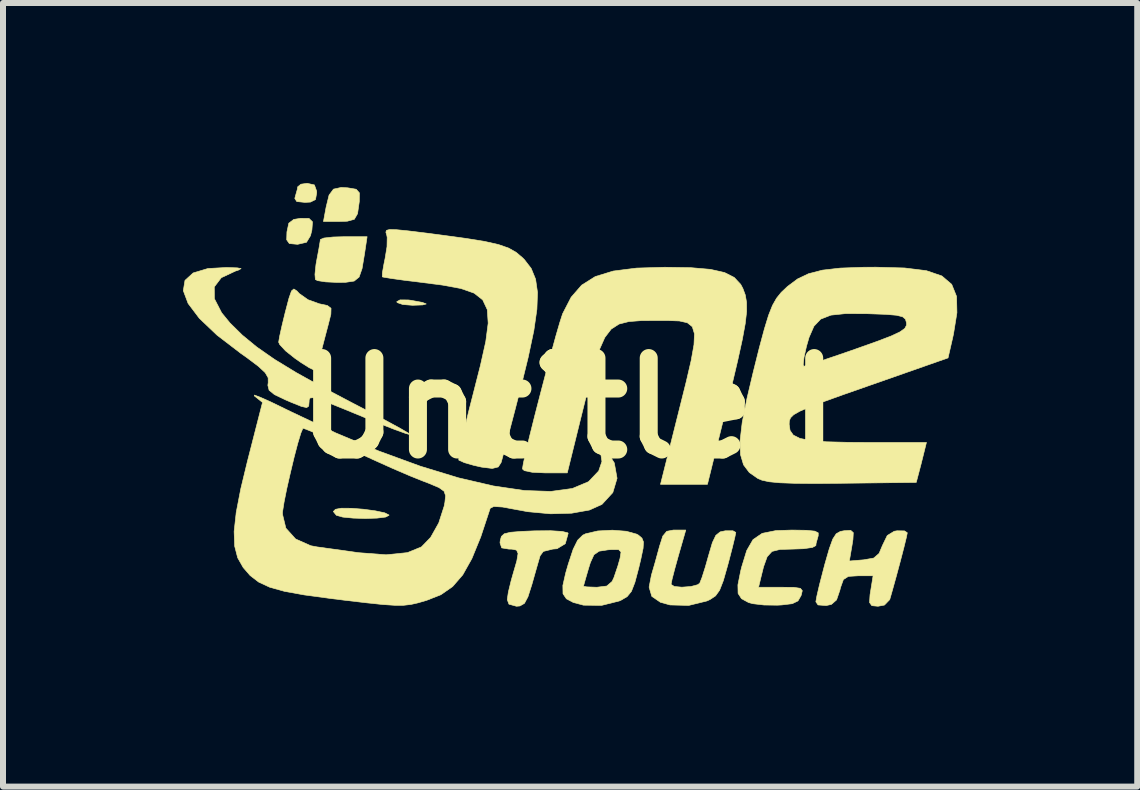
<source format=kicad_pcb>
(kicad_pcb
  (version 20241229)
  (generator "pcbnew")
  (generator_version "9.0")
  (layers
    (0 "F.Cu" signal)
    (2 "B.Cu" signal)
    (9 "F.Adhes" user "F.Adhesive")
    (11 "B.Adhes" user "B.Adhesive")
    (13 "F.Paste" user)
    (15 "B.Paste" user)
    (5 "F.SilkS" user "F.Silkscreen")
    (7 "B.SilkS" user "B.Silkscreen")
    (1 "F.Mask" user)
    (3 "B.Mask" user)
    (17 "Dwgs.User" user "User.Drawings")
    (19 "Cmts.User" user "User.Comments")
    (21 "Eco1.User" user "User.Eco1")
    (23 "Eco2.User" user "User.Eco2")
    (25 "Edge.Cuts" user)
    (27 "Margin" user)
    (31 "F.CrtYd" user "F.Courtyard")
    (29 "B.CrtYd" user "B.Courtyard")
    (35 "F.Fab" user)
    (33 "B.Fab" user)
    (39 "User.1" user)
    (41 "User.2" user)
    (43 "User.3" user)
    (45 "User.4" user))
  (footprint "Untitled"
    (layer "F.Cu")
    (at 6.419 3.752)
    (property "Reference" "Untitled" (at 0 0 0) (layer "F.SilkS") (effects (font (size 1.524 1.524) (thickness 0.3))))
    (attr through_hole)
    (fp_poly (pts (xy -2.665 -1.803) (xy -2.619 -1.797) (xy -2.429 -1.762) (xy -2.365 -1.736) (xy -2.426 -1.72) (xy -2.593 -1.714) (xy -2.756 -1.727) (xy -2.849 -1.759) (xy -2.857 -1.774) (xy -2.802 -1.804) (xy -2.665 -1.803)) (stroke (width 0.01) (type solid)) (fill yes) (layer "F.SilkS"))
    (fp_poly (pts (xy -4.319 -3.162) (xy -4.261 -3.105) (xy -4.271 -2.967) (xy -4.295 -2.873) (xy -4.361 -2.764) (xy -4.505 -2.731) (xy -4.52 -2.731) (xy -4.647 -2.743) (xy -4.691 -2.805) (xy -4.687 -2.937) (xy -4.656 -3.082) (xy -4.574 -3.145) (xy -4.461 -3.163) (xy -4.319 -3.162)) (stroke (width 0.01) (type solid)) (fill yes) (layer "F.SilkS"))
    (fp_poly (pts (xy -4.229 -3.72) (xy -4.192 -3.617) (xy -4.191 -3.588) (xy -4.211 -3.476) (xy -4.295 -3.434) (xy -4.388 -3.429) (xy -4.523 -3.443) (xy -4.556 -3.495) (xy -4.547 -3.529) (xy -4.513 -3.65) (xy -4.508 -3.688) (xy -4.454 -3.732) (xy -4.35 -3.747) (xy -4.229 -3.72)) (stroke (width 0.01) (type solid)) (fill yes) (layer "F.SilkS"))
    (fp_poly (pts (xy -3.675 -3.672) (xy -3.533 -3.648) (xy -3.479 -3.587) (xy -3.481 -3.446) (xy -3.483 -3.429) (xy -3.51 -3.241) (xy -3.564 -3.147) (xy -3.682 -3.115) (xy -3.821 -3.111) (xy -4.078 -3.111) (xy -4.034 -3.35) (xy -3.985 -3.55) (xy -3.911 -3.65) (xy -3.783 -3.678) (xy -3.675 -3.672)) (stroke (width 0.01) (type solid)) (fill yes) (layer "F.SilkS"))
    (fp_poly (pts (xy -3.612 1.669) (xy -3.409 1.685) (xy -3.211 1.712) (xy -3.057 1.745) (xy -2.986 1.781) (xy -2.985 1.785) (xy -3.041 1.815) (xy -3.186 1.833) (xy -3.379 1.839) (xy -3.582 1.833) (xy -3.756 1.816) (xy -3.863 1.786) (xy -3.864 1.785) (xy -3.914 1.723) (xy -3.878 1.686) (xy -3.782 1.668) (xy -3.612 1.669)) (stroke (width 0.01) (type solid)) (fill yes) (layer "F.SilkS"))
    (fp_poly (pts (xy -3.395 -2.564) (xy -3.435 -2.325) (xy -3.484 -2.185) (xy -3.566 -2.118) (xy -3.708 -2.097) (xy -3.845 -2.095) (xy -4.04 -2.104) (xy -4.176 -2.125) (xy -4.213 -2.144) (xy -4.22 -2.23) (xy -4.203 -2.393) (xy -4.188 -2.477) (xy -4.154 -2.658) (xy -4.133 -2.784) (xy -4.13 -2.81) (xy -4.071 -2.835) (xy -3.919 -2.852) (xy -3.739 -2.857) (xy -3.351 -2.857) (xy -3.395 -2.564)) (stroke (width 0.01) (type solid)) (fill yes) (layer "F.SilkS"))
    (fp_poly (pts (xy -4.521 -1.953) (xy -4.483 -1.911) (xy -4.336 -1.807) (xy -4.151 -1.74) (xy -4.012 -1.71) (xy -3.952 -1.664) (xy -3.955 -1.565) (xy -3.997 -1.397) (xy -4.053 -1.185) (xy -4.115 -0.947) (xy -4.126 -0.905) (xy -4.177 -0.742) (xy -4.226 -0.648) (xy -4.241 -0.638) (xy -4.315 -0.673) (xy -4.454 -0.761) (xy -4.556 -0.832) (xy -4.709 -0.954) (xy -4.806 -1.058) (xy -4.825 -1.099) (xy -4.809 -1.195) (xy -4.769 -1.376) (xy -4.714 -1.602) (xy -4.712 -1.609) (xy -4.653 -1.833) (xy -4.611 -1.953) (xy -4.572 -1.986) (xy -4.521 -1.953)) (stroke (width 0.01) (type solid)) (fill yes) (layer "F.SilkS"))
    (fp_poly (pts (xy -0.1 2.055) (xy -0.006 2.078) (xy 0 2.088) (xy -0.048 2.259) (xy -0.185 2.343) (xy -0.257 2.349) (xy -0.414 2.388) (xy -0.468 2.461) (xy -0.503 2.581) (xy -0.558 2.774) (xy -0.604 2.937) (xy -0.67 3.144) (xy -0.729 3.254) (xy -0.804 3.297) (xy -0.862 3.302) (xy -0.987 3.267) (xy -1.015 3.191) (xy -0.997 3.067) (xy -0.951 2.878) (xy -0.92 2.768) (xy -0.856 2.548) (xy -0.835 2.423) (xy -0.86 2.366) (xy -0.937 2.35) (xy -0.989 2.349) (xy -1.108 2.329) (xy -1.136 2.245) (xy -1.132 2.207) (xy -1.113 2.138) (xy -1.065 2.094) (xy -0.961 2.069) (xy -0.776 2.054) (xy -0.556 2.045) (xy -0.291 2.043) (xy -0.1 2.055)) (stroke (width 0.01) (type solid)) (fill yes) (layer "F.SilkS"))
    (fp_poly (pts (xy 3.972 2.036) (xy 4.111 2.05) (xy 4.168 2.079) (xy 4.167 2.13) (xy 4.166 2.132) (xy 4.132 2.253) (xy 4.128 2.291) (xy 4.07 2.322) (xy 3.92 2.343) (xy 3.745 2.349) (xy 3.53 2.355) (xy 3.397 2.388) (xy 3.316 2.477) (xy 3.256 2.645) (xy 3.215 2.81) (xy 3.173 2.985) (xy 3.553 2.985) (xy 3.762 2.987) (xy 3.87 3.003) (xy 3.902 3.042) (xy 3.884 3.117) (xy 3.88 3.127) (xy 3.83 3.213) (xy 3.735 3.259) (xy 3.561 3.28) (xy 3.486 3.284) (xy 3.264 3.281) (xy 3.077 3.259) (xy 3.007 3.24) (xy 2.889 3.176) (xy 2.832 3.088) (xy 2.829 2.946) (xy 2.874 2.72) (xy 2.89 2.653) (xy 2.976 2.373) (xy 3.081 2.191) (xy 3.233 2.087) (xy 3.461 2.041) (xy 3.729 2.032) (xy 3.972 2.036)) (stroke (width 0.01) (type solid)) (fill yes) (layer "F.SilkS"))
    (fp_poly (pts (xy 1.837 2.46) (xy 1.776 2.68) (xy 1.732 2.85) (xy 1.715 2.935) (xy 1.714 2.937) (xy 1.768 2.972) (xy 1.894 2.984) (xy 2.042 2.973) (xy 2.159 2.943) (xy 2.193 2.917) (xy 2.23 2.824) (xy 2.286 2.648) (xy 2.34 2.457) (xy 2.404 2.24) (xy 2.462 2.119) (xy 2.534 2.062) (xy 2.62 2.044) (xy 2.746 2.044) (xy 2.794 2.071) (xy 2.778 2.151) (xy 2.737 2.32) (xy 2.678 2.548) (xy 2.658 2.622) (xy 2.586 2.875) (xy 2.524 3.034) (xy 2.456 3.129) (xy 2.364 3.19) (xy 2.311 3.214) (xy 2.009 3.288) (xy 1.698 3.28) (xy 1.538 3.236) (xy 1.394 3.137) (xy 1.349 2.983) (xy 1.388 2.781) (xy 1.447 2.579) (xy 1.511 2.346) (xy 1.523 2.302) (xy 1.577 2.132) (xy 1.643 2.053) (xy 1.752 2.032) (xy 1.776 2.032) (xy 1.96 2.032) (xy 1.837 2.46)) (stroke (width 0.01) (type solid)) (fill yes) (layer "F.SilkS"))
    (fp_poly (pts (xy 4.752 2.075) (xy 4.746 2.19) (xy 4.731 2.285) (xy 4.686 2.548) (xy 4.926 2.528) (xy 5.092 2.499) (xy 5.182 2.421) (xy 5.239 2.286) (xy 5.318 2.123) (xy 5.434 2.052) (xy 5.482 2.044) (xy 5.606 2.046) (xy 5.652 2.077) (xy 5.636 2.156) (xy 5.595 2.324) (xy 5.537 2.547) (xy 5.471 2.793) (xy 5.406 3.027) (xy 5.359 3.191) (xy 5.271 3.282) (xy 5.163 3.302) (xy 5.061 3.292) (xy 5.023 3.24) (xy 5.031 3.11) (xy 5.041 3.048) (xy 5.082 2.794) (xy 4.833 2.794) (xy 4.67 2.804) (xy 4.587 2.857) (xy 4.539 2.99) (xy 4.529 3.032) (xy 4.473 3.196) (xy 4.387 3.271) (xy 4.3 3.29) (xy 4.164 3.28) (xy 4.128 3.227) (xy 4.145 3.131) (xy 4.188 2.946) (xy 4.25 2.706) (xy 4.277 2.603) (xy 4.352 2.343) (xy 4.41 2.182) (xy 4.467 2.094) (xy 4.536 2.055) (xy 4.6 2.043) (xy 4.709 2.037) (xy 4.752 2.075)) (stroke (width 0.01) (type solid)) (fill yes) (layer "F.SilkS"))
    (fp_poly (pts (xy 0.969 2.052) (xy 1.142 2.1) (xy 1.172 2.117) (xy 1.23 2.167) (xy 1.255 2.23) (xy 1.249 2.336) (xy 1.211 2.517) (xy 1.176 2.664) (xy 1.112 2.905) (xy 1.054 3.054) (xy 0.983 3.141) (xy 0.881 3.201) (xy 0.851 3.214) (xy 0.558 3.287) (xy 0.256 3.284) (xy 0.086 3.239) (xy -0.029 3.178) (xy -0.086 3.094) (xy -0.088 2.969) (xy 0.255 2.969) (xy 0.31 2.979) (xy 0.447 2.984) (xy 0.478 2.985) (xy 0.643 2.965) (xy 0.732 2.889) (xy 0.763 2.823) (xy 0.828 2.631) (xy 0.865 2.501) (xy 0.881 2.398) (xy 0.84 2.357) (xy 0.709 2.358) (xy 0.665 2.361) (xy 0.516 2.384) (xy 0.43 2.443) (xy 0.37 2.574) (xy 0.341 2.667) (xy 0.291 2.838) (xy 0.26 2.949) (xy 0.255 2.969) (xy -0.088 2.969) (xy -0.089 2.959) (xy -0.041 2.747) (xy 0.001 2.602) (xy 0.083 2.353) (xy 0.158 2.201) (xy 0.243 2.117) (xy 0.293 2.093) (xy 0.494 2.047) (xy 0.737 2.034) (xy 0.969 2.052)) (stroke (width 0.01) (type solid)) (fill yes) (layer "F.SilkS"))
    (fp_poly (pts (xy -5.515 -2.338) (xy -5.451 -2.326) (xy -5.489 -2.303) (xy -5.544 -2.285) (xy -5.781 -2.174) (xy -5.898 -2.02) (xy -5.896 -1.824) (xy -5.775 -1.589) (xy -5.636 -1.419) (xy -5.431 -1.217) (xy -5.19 -1.019) (xy -4.896 -0.814) (xy -4.532 -0.592) (xy -4.082 -0.342) (xy -3.588 -0.082) (xy -3.268 0.084) (xy -2.997 0.229) (xy -2.79 0.342) (xy -2.664 0.416) (xy -2.635 0.442) (xy -2.716 0.419) (xy -2.888 0.357) (xy -3.126 0.264) (xy -3.397 0.154) (xy -3.744 0.011) (xy -3.991 -0.088) (xy -4.154 -0.148) (xy -4.251 -0.174) (xy -4.3 -0.17) (xy -4.316 -0.142) (xy -4.318 -0.103) (xy -4.324 -0.034) (xy -4.358 -0.009) (xy -4.447 -0.029) (xy -4.616 -0.097) (xy -4.709 -0.137) (xy -4.894 -0.225) (xy -4.984 -0.298) (xy -5.005 -0.381) (xy -4.999 -0.424) (xy -5 -0.506) (xy -5.049 -0.591) (xy -5.164 -0.698) (xy -5.362 -0.847) (xy -5.456 -0.913) (xy -5.854 -1.218) (xy -6.147 -1.497) (xy -6.334 -1.745) (xy -6.414 -1.958) (xy -6.386 -2.129) (xy -6.25 -2.253) (xy -6.004 -2.327) (xy -5.695 -2.344) (xy -5.515 -2.338)) (stroke (width 0.01) (type solid)) (fill yes) (layer "F.SilkS"))
    (fp_poly (pts (xy -2.863 -2.974) (xy -2.672 -2.955) (xy -2.385 -2.92) (xy -2.125 -2.886) (xy -1.705 -2.829) (xy -1.39 -2.778) (xy -1.16 -2.726) (xy -0.991 -2.667) (xy -0.865 -2.595) (xy -0.758 -2.504) (xy -0.73 -2.476) (xy -0.616 -2.328) (xy -0.543 -2.15) (xy -0.511 -1.929) (xy -0.521 -1.648) (xy -0.572 -1.293) (xy -0.666 -0.848) (xy -0.789 -0.347) (xy -0.884 0.022) (xy -0.971 0.353) (xy -1.042 0.626) (xy -1.093 0.817) (xy -1.117 0.905) (xy -1.165 0.98) (xy -1.264 1.005) (xy -1.442 0.983) (xy -1.575 0.953) (xy -1.728 0.909) (xy -1.82 0.868) (xy -1.823 0.865) (xy -1.821 0.794) (xy -1.789 0.621) (xy -1.733 0.368) (xy -1.658 0.055) (xy -1.591 -0.206) (xy -1.462 -0.712) (xy -1.373 -1.11) (xy -1.333 -1.416) (xy -1.348 -1.642) (xy -1.424 -1.804) (xy -1.568 -1.917) (xy -1.788 -1.994) (xy -2.09 -2.05) (xy -2.477 -2.1) (xy -2.738 -2.132) (xy -2.946 -2.161) (xy -3.073 -2.182) (xy -3.098 -2.188) (xy -3.096 -2.255) (xy -3.07 -2.403) (xy -3.051 -2.496) (xy -3.019 -2.691) (xy -3.016 -2.846) (xy -3.024 -2.886) (xy -3.038 -2.932) (xy -3.028 -2.963) (xy -2.976 -2.977) (xy -2.863 -2.974)) (stroke (width 0.01) (type solid)) (fill yes) (layer "F.SilkS"))
    (fp_poly (pts (xy 2.044 -2.341) (xy 2.37 -2.313) (xy 2.606 -2.26) (xy 2.768 -2.178) (xy 2.876 -2.062) (xy 2.912 -1.994) (xy 2.952 -1.886) (xy 2.973 -1.763) (xy 2.974 -1.609) (xy 2.951 -1.408) (xy 2.902 -1.142) (xy 2.826 -0.795) (xy 2.721 -0.351) (xy 2.654 -0.079) (xy 2.321 1.27) (xy 1.539 1.27) (xy 1.85 0.03) (xy 1.967 -0.437) (xy 2.05 -0.794) (xy 2.097 -1.057) (xy 2.105 -1.239) (xy 2.069 -1.357) (xy 1.986 -1.423) (xy 1.853 -1.453) (xy 1.666 -1.46) (xy 1.493 -1.46) (xy 1.224 -1.459) (xy 1.012 -1.443) (xy 0.847 -1.401) (xy 0.717 -1.317) (xy 0.611 -1.178) (xy 0.518 -0.969) (xy 0.425 -0.677) (xy 0.323 -0.286) (xy 0.224 0.111) (xy -0.015 1.079) (xy -0.388 1.079) (xy -0.598 1.069) (xy -0.73 1.042) (xy -0.762 1.013) (xy -0.746 0.916) (xy -0.703 0.721) (xy -0.638 0.45) (xy -0.557 0.127) (xy -0.467 -0.223) (xy -0.374 -0.578) (xy -0.284 -0.914) (xy -0.204 -1.206) (xy -0.138 -1.432) (xy -0.094 -1.568) (xy -0.089 -1.58) (xy 0.05 -1.849) (xy 0.225 -2.05) (xy 0.452 -2.193) (xy 0.752 -2.285) (xy 1.14 -2.334) (xy 1.61 -2.348) (xy 2.044 -2.341)) (stroke (width 0.01) (type solid)) (fill yes) (layer "F.SilkS"))
    (fp_poly (pts (xy 5.607 -2.336) (xy 5.97 -2.291) (xy 6.228 -2.203) (xy 6.392 -2.063) (xy 6.473 -1.862) (xy 6.479 -1.59) (xy 6.422 -1.236) (xy 6.404 -1.154) (xy 6.331 -0.837) (xy 5.007 -0.373) (xy 4.576 -0.222) (xy 4.251 -0.105) (xy 4.016 -0.016) (xy 3.857 0.053) (xy 3.759 0.109) (xy 3.707 0.16) (xy 3.686 0.211) (xy 3.683 0.269) (xy 3.698 0.372) (xy 3.752 0.449) (xy 3.861 0.504) (xy 4.04 0.54) (xy 4.304 0.561) (xy 4.67 0.57) (xy 4.99 0.572) (xy 5.971 0.572) (xy 5.928 0.746) (xy 5.879 0.942) (xy 5.843 1.079) (xy 5.801 1.238) (xy 4.567 1.252) (xy 4.117 1.256) (xy 3.776 1.253) (xy 3.526 1.244) (xy 3.35 1.227) (xy 3.23 1.201) (xy 3.161 1.172) (xy 3.019 1.073) (xy 2.923 0.945) (xy 2.872 0.774) (xy 2.865 0.543) (xy 2.901 0.236) (xy 2.98 -0.161) (xy 3.082 -0.591) (xy 3.116 -0.727) (xy 3.917 -0.727) (xy 3.927 -0.698) (xy 3.999 -0.717) (xy 4.168 -0.772) (xy 4.411 -0.854) (xy 4.705 -0.955) (xy 4.813 -0.993) (xy 5.15 -1.113) (xy 5.383 -1.202) (xy 5.53 -1.271) (xy 5.61 -1.328) (xy 5.639 -1.382) (xy 5.639 -1.422) (xy 5.621 -1.483) (xy 5.573 -1.523) (xy 5.472 -1.548) (xy 5.293 -1.563) (xy 5.013 -1.573) (xy 4.979 -1.574) (xy 4.627 -1.576) (xy 4.379 -1.55) (xy 4.209 -1.484) (xy 4.096 -1.365) (xy 4.015 -1.18) (xy 3.972 -1.032) (xy 3.931 -0.849) (xy 3.917 -0.727) (xy 3.116 -0.727) (xy 3.186 -1.007) (xy 3.27 -1.319) (xy 3.34 -1.548) (xy 3.405 -1.712) (xy 3.473 -1.832) (xy 3.55 -1.928) (xy 3.647 -2.02) (xy 3.657 -2.029) (xy 3.823 -2.153) (xy 4.008 -2.241) (xy 4.238 -2.3) (xy 4.535 -2.334) (xy 4.925 -2.348) (xy 5.13 -2.349) (xy 5.607 -2.336)) (stroke (width 0.01) (type solid)) (fill yes) (layer "F.SilkS"))
    (fp_poly (pts (xy -5.13 -0.181) (xy -4.951 -0.101) (xy -4.708 0.017) (xy -4.636 0.052) (xy -3.876 0.412) (xy -3.15 0.717) (xy -2.463 0.968) (xy -1.826 1.162) (xy -1.245 1.297) (xy -0.73 1.373) (xy -0.289 1.388) (xy 0.07 1.339) (xy 0.339 1.226) (xy 0.509 1.047) (xy 0.511 1.041) (xy 0.563 0.889) (xy 0.538 0.725) (xy 0.522 0.679) (xy 0.448 0.476) (xy 0.605 0.654) (xy 0.769 0.913) (xy 0.815 1.169) (xy 0.744 1.407) (xy 0.563 1.604) (xy 0.355 1.698) (xy 0.058 1.751) (xy -0.295 1.761) (xy -0.672 1.726) (xy -0.846 1.694) (xy -1.094 1.648) (xy -1.239 1.639) (xy -1.299 1.668) (xy -1.301 1.674) (xy -1.457 2.146) (xy -1.605 2.508) (xy -1.757 2.779) (xy -1.926 2.974) (xy -2.122 3.11) (xy -2.358 3.203) (xy -2.365 3.205) (xy -2.502 3.245) (xy -2.621 3.272) (xy -2.744 3.286) (xy -2.892 3.286) (xy -3.089 3.273) (xy -3.356 3.245) (xy -3.714 3.203) (xy -3.954 3.173) (xy -4.392 3.114) (xy -4.725 3.054) (xy -4.973 2.985) (xy -5.158 2.899) (xy -5.3 2.79) (xy -5.416 2.656) (xy -5.508 2.494) (xy -5.558 2.3) (xy -5.567 2.055) (xy -5.535 1.765) (xy -4.762 1.765) (xy -4.705 2) (xy -4.542 2.181) (xy -4.29 2.293) (xy -4.183 2.313) (xy -3.965 2.343) (xy -3.691 2.381) (xy -3.493 2.409) (xy -3.035 2.444) (xy -2.679 2.408) (xy -2.446 2.313) (xy -2.292 2.154) (xy -2.157 1.914) (xy -2.067 1.635) (xy -2.054 1.568) (xy -2.043 1.459) (xy -2.068 1.385) (xy -2.153 1.324) (xy -2.324 1.252) (xy -2.424 1.214) (xy -2.638 1.128) (xy -2.929 1.003) (xy -3.26 0.854) (xy -3.593 0.7) (xy -3.614 0.69) (xy -3.901 0.556) (xy -4.145 0.446) (xy -4.323 0.37) (xy -4.414 0.336) (xy -4.421 0.336) (xy -4.455 0.416) (xy -4.507 0.588) (xy -4.568 0.821) (xy -4.631 1.084) (xy -4.69 1.343) (xy -4.735 1.568) (xy -4.76 1.727) (xy -4.762 1.765) (xy -5.535 1.765) (xy -5.533 1.742) (xy -5.456 1.344) (xy -5.346 0.889) (xy -5.094 -0.095) (xy -5.23 -0.204) (xy -5.229 -0.218) (xy -5.13 -0.181)) (stroke (width 0.01) (type solid)) (fill yes) (layer "F.SilkS")))
  (gr_rect
    (start -3 -3)
    (end 15.903 10.059)
    (stroke (width 0.1) (type default))
    (fill no)
    (layer "Edge.Cuts")))
</source>
